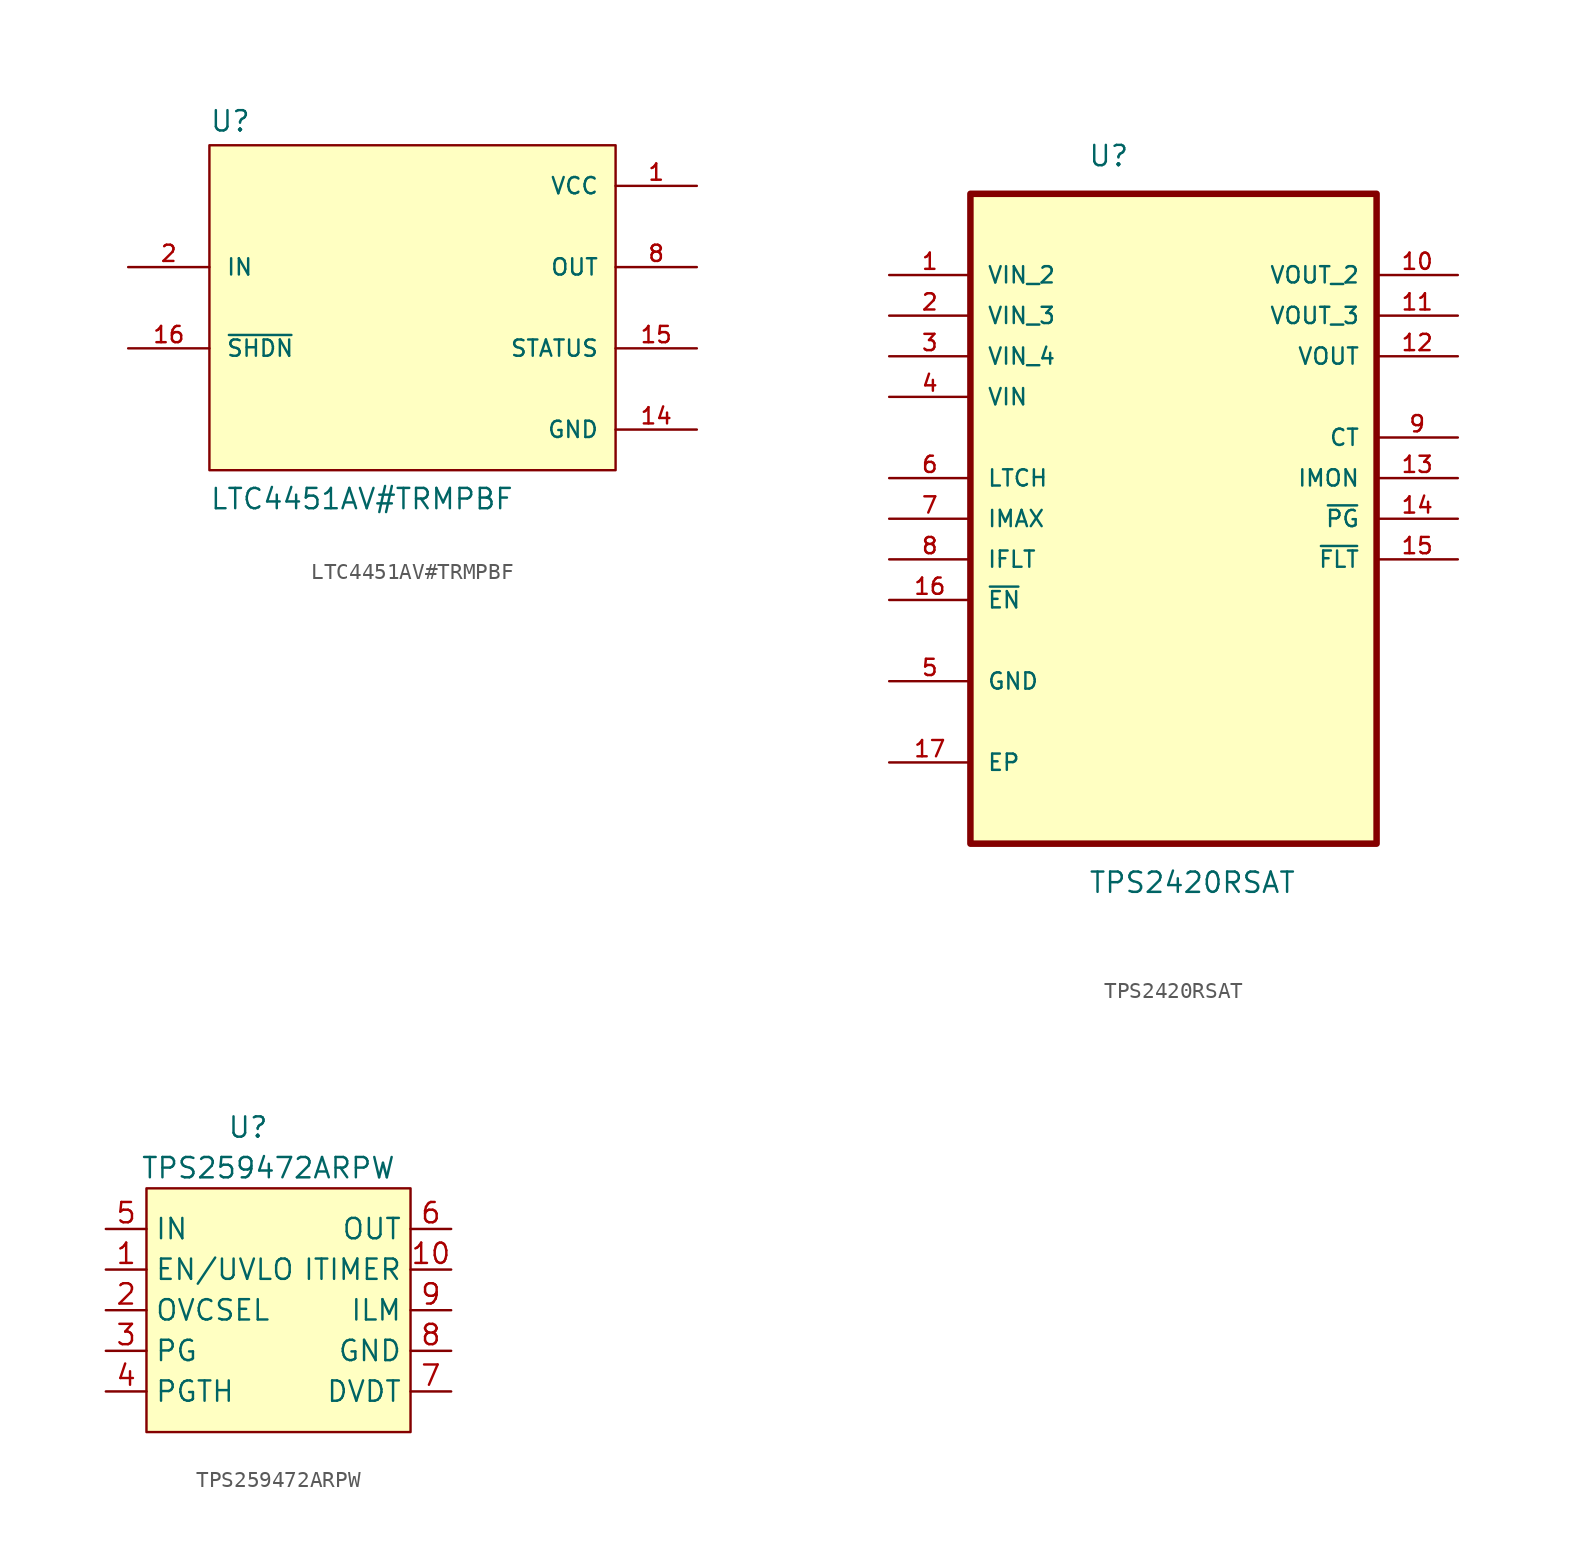
<source format=kicad_sym>
(kicad_symbol_lib
  (version 20211014)
  (generator kicad_symbol_editor)
  (symbol "LTC4451AV#TRMPBF"
    (pin_names
      (offset 1.016))
    (property "Reference" "U"
      (at -12.7 10.922 0)
      (effects (font (size 1.27 1.27)) (justify left bottom)))
    (property "Value" "LTC4451AV#TRMPBF"
      (at -12.7 -12.7 0)
      (effects (font (size 1.27 1.27)) (justify left bottom)))
    (symbol "LTC4451AV#TRMPBF_0_0"
      (rectangle (start -12.7 -10.16) (end 12.7 10.16) (stroke (width 0.152) (type default) (color 0 0 0 0)) (fill (type background)))
      (pin power_in line (at 17.78 7.62 180) (length 5.08) (name "VCC" (effects (font (size 1.016 1.016)))) (number "1" (effects (font (size 1.016 1.016)))))
      (pin passive line (at 17.78 -7.62 180) (length 5.08) (name "GND" (effects (font (size 1.016 1.016)))) (number "14" (effects (font (size 1.016 1.016)))))
      (pin output line (at 17.78 -2.54 180) (length 5.08) (name "STATUS" (effects (font (size 1.016 1.016)))) (number "15" (effects (font (size 1.016 1.016)))))
      (pin input line (at -17.78 -2.54 0) (length 5.08) (name "~{SHDN}" (effects (font (size 1.016 1.016)))) (number "16" (effects (font (size 1.016 1.016)))))
      (pin input line (at -17.78 2.54 0) (length 5.08) (name "IN" (effects (font (size 1.016 1.016)))) (number "2" (effects (font (size 1.016 1.016)))))
      (pin power_out line (at 17.78 2.54 180) (length 5.08) (name "OUT" (effects (font (size 1.016 1.016)))) (number "8" (effects (font (size 1.016 1.016)))))))
  (symbol "TPS2420RSAT"
    (pin_names
      (offset 1.016))
    (property "Reference" "U"
      (at -5.359 19.406 0)
      (effects (font (size 1.27 1.27)) (justify left bottom)))
    (property "Value" "TPS2420RSAT"
      (at -5.334 -26.035 0)
      (effects (font (size 1.27 1.27)) (justify left bottom)))
    (symbol "TPS2420RSAT_0_0"
      (rectangle (start -12.7 -22.86) (end 12.7 17.78) (stroke (width 0.406) (type default) (color 0 0 0 0)) (fill (type background)))
      (pin power_in line (at -17.78 12.7 0) (length 5.08) (name "VIN_2" (effects (font (size 1.016 1.016)))) (number "1" (effects (font (size 1.016 1.016)))))
      (pin output line (at 17.78 12.7 180) (length 5.08) (name "VOUT_2" (effects (font (size 1.016 1.016)))) (number "10" (effects (font (size 1.016 1.016)))))
      (pin output line (at 17.78 10.16 180) (length 5.08) (name "VOUT_3" (effects (font (size 1.016 1.016)))) (number "11" (effects (font (size 1.016 1.016)))))
      (pin output line (at 17.78 7.62 180) (length 5.08) (name "VOUT" (effects (font (size 1.016 1.016)))) (number "12" (effects (font (size 1.016 1.016)))))
      (pin output line (at 17.78 0 180) (length 5.08) (name "IMON" (effects (font (size 1.016 1.016)))) (number "13" (effects (font (size 1.016 1.016)))))
      (pin output line (at 17.78 -2.54 180) (length 5.08) (name "~{PG}" (effects (font (size 1.016 1.016)))) (number "14" (effects (font (size 1.016 1.016)))))
      (pin output line (at 17.78 -5.08 180) (length 5.08) (name "~{FLT}" (effects (font (size 1.016 1.016)))) (number "15" (effects (font (size 1.016 1.016)))))
      (pin input line (at -17.78 -7.62 0) (length 5.08) (name "~{EN}" (effects (font (size 1.016 1.016)))) (number "16" (effects (font (size 1.016 1.016)))))
      (pin passive line (at -17.78 -17.78 0) (length 5.08) (name "EP" (effects (font (size 1.016 1.016)))) (number "17" (effects (font (size 1.016 1.016)))))
      (pin power_in line (at -17.78 10.16 0) (length 5.08) (name "VIN_3" (effects (font (size 1.016 1.016)))) (number "2" (effects (font (size 1.016 1.016)))))
      (pin power_in line (at -17.78 7.62 0) (length 5.08) (name "VIN_4" (effects (font (size 1.016 1.016)))) (number "3" (effects (font (size 1.016 1.016)))))
      (pin power_in line (at -17.78 5.08 0) (length 5.08) (name "VIN" (effects (font (size 1.016 1.016)))) (number "4" (effects (font (size 1.016 1.016)))))
      (pin passive line (at -17.78 -12.7 0) (length 5.08) (name "GND" (effects (font (size 1.016 1.016)))) (number "5" (effects (font (size 1.016 1.016)))))
      (pin input line (at -17.78 0 0) (length 5.08) (name "LTCH" (effects (font (size 1.016 1.016)))) (number "6" (effects (font (size 1.016 1.016)))))
      (pin input line (at -17.78 -2.54 0) (length 5.08) (name "IMAX" (effects (font (size 1.016 1.016)))) (number "7" (effects (font (size 1.016 1.016)))))
      (pin input line (at -17.78 -5.08 0) (length 5.08) (name "IFLT" (effects (font (size 1.016 1.016)))) (number "8" (effects (font (size 1.016 1.016)))))
      (pin bidirectional line (at 17.78 2.54 180) (length 5.08) (name "CT" (effects (font (size 1.016 1.016)))) (number "9" (effects (font (size 1.016 1.016)))))))
  (symbol "TPS259472ARPW"
    (property "Reference" "U"
      (at 0 17.78 0)
      (effects (font (size 1.27 1.27))))
    (property "Value" "TPS259472ARPW"
      (at 1.27 15.24 0)
      (effects (font (size 1.27 1.27))))
    (symbol "TPS259472ARPW_0_1"
      (rectangle (start -6.35 13.97) (end 10.16 -1.27) (stroke (width 0) (type default) (color 0 0 0 0)) (fill (type background))))
    (symbol "TPS259472ARPW_1_1"
      (pin input line (at -8.89 8.89 0) (length 2.54) (name "EN/UVLO" (effects (font (size 1.27 1.27)))) (number "1" (effects (font (size 1.27 1.27)))))
      (pin input line (at 12.7 8.89 180) (length 2.54) (name "ITIMER" (effects (font (size 1.27 1.27)))) (number "10" (effects (font (size 1.27 1.27)))))
      (pin input line (at -8.89 6.35 0) (length 2.54) (name "OVCSEL" (effects (font (size 1.27 1.27)))) (number "2" (effects (font (size 1.27 1.27)))))
      (pin input line (at -8.89 3.81 0) (length 2.54) (name "PG" (effects (font (size 1.27 1.27)))) (number "3" (effects (font (size 1.27 1.27)))))
      (pin input line (at -8.89 1.27 0) (length 2.54) (name "PGTH" (effects (font (size 1.27 1.27)))) (number "4" (effects (font (size 1.27 1.27)))))
      (pin input line (at -8.89 11.43 0) (length 2.54) (name "IN" (effects (font (size 1.27 1.27)))) (number "5" (effects (font (size 1.27 1.27)))))
      (pin power_out line (at 12.7 11.43 180) (length 2.54) (name "OUT" (effects (font (size 1.27 1.27)))) (number "6" (effects (font (size 1.27 1.27)))))
      (pin output line (at 12.7 1.27 180) (length 2.54) (name "DVDT" (effects (font (size 1.27 1.27)))) (number "7" (effects (font (size 1.27 1.27)))))
      (pin power_in line (at 12.7 3.81 180) (length 2.54) (name "GND" (effects (font (size 1.27 1.27)))) (number "8" (effects (font (size 1.27 1.27)))))
      (pin input line (at 12.7 6.35 180) (length 2.54) (name "ILM" (effects (font (size 1.27 1.27)))) (number "9" (effects (font (size 1.27 1.27))))))))
</source>
